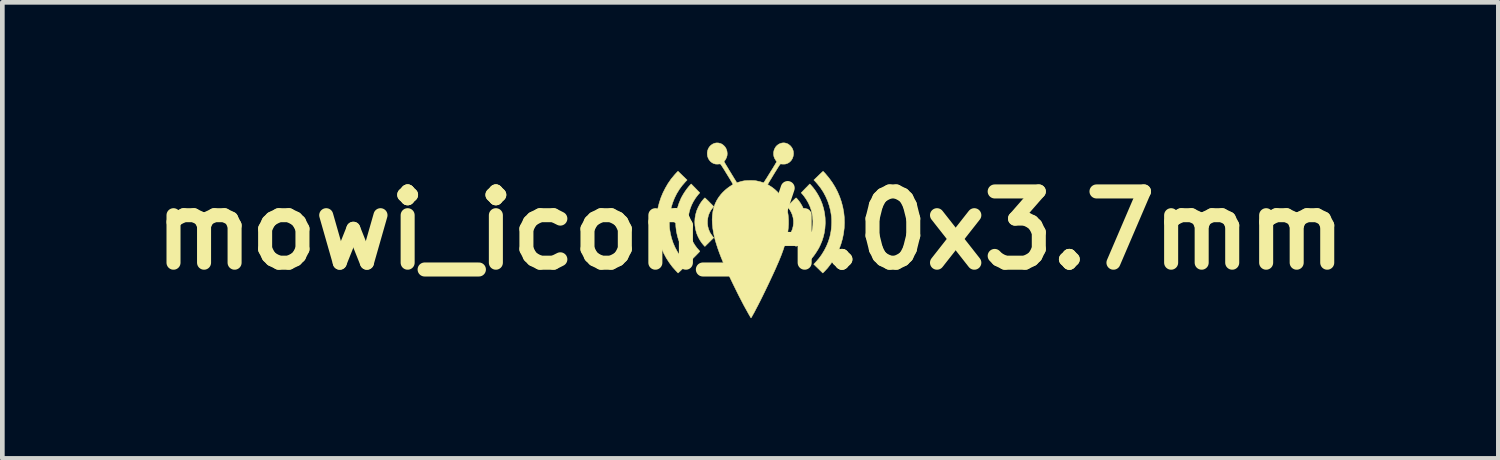
<source format=kicad_pcb>
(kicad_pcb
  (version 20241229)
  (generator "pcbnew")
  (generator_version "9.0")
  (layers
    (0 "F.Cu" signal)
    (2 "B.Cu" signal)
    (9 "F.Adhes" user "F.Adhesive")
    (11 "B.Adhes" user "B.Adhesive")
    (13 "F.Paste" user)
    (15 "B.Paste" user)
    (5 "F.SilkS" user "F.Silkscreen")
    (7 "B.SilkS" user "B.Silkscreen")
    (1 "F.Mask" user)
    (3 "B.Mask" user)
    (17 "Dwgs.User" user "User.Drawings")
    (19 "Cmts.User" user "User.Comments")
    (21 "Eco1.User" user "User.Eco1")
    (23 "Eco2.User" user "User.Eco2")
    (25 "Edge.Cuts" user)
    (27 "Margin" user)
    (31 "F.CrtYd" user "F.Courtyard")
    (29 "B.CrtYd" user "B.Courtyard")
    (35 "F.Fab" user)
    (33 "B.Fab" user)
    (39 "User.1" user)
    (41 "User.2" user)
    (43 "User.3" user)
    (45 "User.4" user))
  (footprint "mowi_icon_4.0x3.7mm"
    (layer "F.Cu")
    (at 12.998 1.879)
    (property "Reference" "mowi_icon_4.0x3.7mm" (at 0 0 0) (layer "F.SilkS") (effects (font (size 1.524 1.524) (thickness 0.3))))
    (attr through_hole)
    (fp_poly (pts (xy 0.983 -0.694) (xy 0.993 -0.684) (xy 1.006 -0.67) (xy 1.021 -0.652) (xy 1.037 -0.631) (xy 1.053 -0.61) (xy 1.067 -0.59) (xy 1.068 -0.589) (xy 1.11 -0.518) (xy 1.144 -0.444) (xy 1.169 -0.367) (xy 1.185 -0.289) (xy 1.193 -0.209) (xy 1.192 -0.128) (xy 1.181 -0.048) (xy 1.162 0.032) (xy 1.154 0.057) (xy 1.133 0.113) (xy 1.106 0.168) (xy 1.075 0.222) (xy 1.041 0.27) (xy 1.007 0.31) (xy 0.977 0.342) (xy 0.789 0.154) (xy 0.816 0.119) (xy 0.852 0.071) (xy 0.879 0.021) (xy 0.9 -0.032) (xy 0.914 -0.087) (xy 0.922 -0.148) (xy 0.922 -0.21) (xy 0.914 -0.271) (xy 0.898 -0.331) (xy 0.875 -0.387) (xy 0.845 -0.44) (xy 0.812 -0.483) (xy 0.801 -0.495) (xy 0.793 -0.505) (xy 0.79 -0.511) (xy 0.79 -0.511) (xy 0.793 -0.515) (xy 0.802 -0.525) (xy 0.815 -0.539) (xy 0.832 -0.557) (xy 0.852 -0.577) (xy 0.873 -0.598) (xy 0.894 -0.619) (xy 0.915 -0.64) (xy 0.935 -0.659) (xy 0.952 -0.675) (xy 0.965 -0.688) (xy 0.974 -0.695) (xy 0.977 -0.697) (xy 0.983 -0.694)) (stroke (width 0.01) (type solid)) (fill yes) (layer "F.SilkS"))
    (fp_poly (pts (xy -0.968 -0.694) (xy -0.958 -0.685) (xy -0.944 -0.672) (xy -0.926 -0.655) (xy -0.906 -0.636) (xy -0.885 -0.615) (xy -0.864 -0.593) (xy -0.843 -0.572) (xy -0.824 -0.553) (xy -0.807 -0.536) (xy -0.795 -0.523) (xy -0.787 -0.514) (xy -0.785 -0.511) (xy -0.788 -0.506) (xy -0.796 -0.496) (xy -0.806 -0.484) (xy -0.807 -0.483) (xy -0.844 -0.434) (xy -0.873 -0.382) (xy -0.896 -0.325) (xy -0.91 -0.266) (xy -0.917 -0.205) (xy -0.917 -0.144) (xy -0.909 -0.083) (xy -0.893 -0.024) (xy -0.869 0.033) (xy -0.856 0.058) (xy -0.845 0.075) (xy -0.83 0.095) (xy -0.816 0.115) (xy -0.812 0.12) (xy -0.784 0.154) (xy -0.973 0.342) (xy -1.003 0.31) (xy -1.04 0.265) (xy -1.075 0.213) (xy -1.107 0.158) (xy -1.134 0.099) (xy -1.15 0.057) (xy -1.172 -0.023) (xy -1.185 -0.104) (xy -1.189 -0.185) (xy -1.184 -0.265) (xy -1.17 -0.344) (xy -1.148 -0.421) (xy -1.116 -0.496) (xy -1.077 -0.568) (xy -1.063 -0.589) (xy -1.049 -0.61) (xy -1.033 -0.631) (xy -1.017 -0.651) (xy -1.002 -0.669) (xy -0.988 -0.684) (xy -0.978 -0.694) (xy -0.973 -0.697) (xy -0.972 -0.697) (xy -0.968 -0.694)) (stroke (width 0.01) (type solid)) (fill yes) (layer "F.SilkS"))
    (fp_poly (pts (xy -1.451 -1.173) (xy -1.353 -1.079) (xy -1.387 -1.044) (xy -1.457 -0.964) (xy -1.52 -0.879) (xy -1.575 -0.789) (xy -1.622 -0.695) (xy -1.661 -0.597) (xy -1.692 -0.497) (xy -1.715 -0.395) (xy -1.729 -0.291) (xy -1.734 -0.185) (xy -1.731 -0.079) (xy -1.727 -0.035) (xy -1.71 0.068) (xy -1.685 0.169) (xy -1.652 0.268) (xy -1.61 0.364) (xy -1.56 0.457) (xy -1.503 0.544) (xy -1.439 0.627) (xy -1.397 0.673) (xy -1.352 0.721) (xy -1.4 0.77) (xy -1.423 0.792) (xy -1.449 0.818) (xy -1.475 0.843) (xy -1.497 0.864) (xy -1.546 0.91) (xy -1.592 0.862) (xy -1.667 0.778) (xy -1.735 0.687) (xy -1.797 0.591) (xy -1.852 0.489) (xy -1.899 0.384) (xy -1.937 0.276) (xy -1.968 0.165) (xy -1.983 0.092) (xy -1.991 0.046) (xy -1.997 0.005) (xy -2.001 -0.034) (xy -2.004 -0.074) (xy -2.005 -0.117) (xy -2.006 -0.166) (xy -2.006 -0.18) (xy -2.005 -0.239) (xy -2.003 -0.292) (xy -1.999 -0.342) (xy -1.993 -0.39) (xy -1.984 -0.441) (xy -1.977 -0.48) (xy -1.949 -0.59) (xy -1.914 -0.698) (xy -1.87 -0.804) (xy -1.818 -0.907) (xy -1.76 -1.006) (xy -1.695 -1.1) (xy -1.623 -1.187) (xy -1.586 -1.228) (xy -1.548 -1.267) (xy -1.451 -1.173)) (stroke (width 0.01) (type solid)) (fill yes) (layer "F.SilkS"))
    (fp_poly (pts (xy 1.301 -0.963) (xy 1.34 -0.918) (xy 1.379 -0.867) (xy 1.417 -0.811) (xy 1.452 -0.753) (xy 1.483 -0.694) (xy 1.499 -0.661) (xy 1.537 -0.566) (xy 1.566 -0.469) (xy 1.587 -0.371) (xy 1.599 -0.27) (xy 1.602 -0.166) (xy 1.601 -0.139) (xy 1.595 -0.045) (xy 1.582 0.045) (xy 1.562 0.131) (xy 1.535 0.216) (xy 1.5 0.301) (xy 1.482 0.34) (xy 1.463 0.377) (xy 1.439 0.418) (xy 1.413 0.459) (xy 1.386 0.5) (xy 1.358 0.539) (xy 1.331 0.574) (xy 1.305 0.604) (xy 1.283 0.627) (xy 1.272 0.637) (xy 1.179 0.544) (xy 1.155 0.519) (xy 1.133 0.497) (xy 1.114 0.478) (xy 1.1 0.462) (xy 1.09 0.451) (xy 1.085 0.446) (xy 1.085 0.445) (xy 1.088 0.44) (xy 1.096 0.43) (xy 1.102 0.425) (xy 1.121 0.404) (xy 1.143 0.378) (xy 1.166 0.349) (xy 1.188 0.319) (xy 1.197 0.305) (xy 1.242 0.228) (xy 1.278 0.147) (xy 1.306 0.063) (xy 1.325 -0.023) (xy 1.336 -0.112) (xy 1.338 -0.202) (xy 1.331 -0.293) (xy 1.32 -0.36) (xy 1.301 -0.437) (xy 1.274 -0.515) (xy 1.239 -0.591) (xy 1.197 -0.663) (xy 1.15 -0.731) (xy 1.121 -0.767) (xy 1.087 -0.806) (xy 1.179 -0.901) (xy 1.271 -0.995) (xy 1.301 -0.963)) (stroke (width 0.01) (type solid)) (fill yes) (layer "F.SilkS"))
    (fp_poly (pts (xy -1.174 -0.901) (xy -1.082 -0.806) (xy -1.117 -0.767) (xy -1.171 -0.697) (xy -1.218 -0.622) (xy -1.258 -0.543) (xy -1.289 -0.461) (xy -1.312 -0.376) (xy -1.327 -0.289) (xy -1.333 -0.2) (xy -1.331 -0.111) (xy -1.32 -0.021) (xy -1.304 0.053) (xy -1.284 0.12) (xy -1.257 0.187) (xy -1.224 0.252) (xy -1.187 0.314) (xy -1.146 0.37) (xy -1.114 0.407) (xy -1.1 0.422) (xy -1.09 0.435) (xy -1.083 0.444) (xy -1.081 0.448) (xy -1.085 0.452) (xy -1.094 0.461) (xy -1.107 0.475) (xy -1.124 0.493) (xy -1.143 0.512) (xy -1.164 0.534) (xy -1.185 0.555) (xy -1.206 0.576) (xy -1.226 0.596) (xy -1.242 0.613) (xy -1.256 0.626) (xy -1.265 0.634) (xy -1.268 0.637) (xy -1.271 0.634) (xy -1.279 0.626) (xy -1.29 0.614) (xy -1.293 0.611) (xy -1.355 0.537) (xy -1.411 0.457) (xy -1.461 0.372) (xy -1.504 0.283) (xy -1.539 0.192) (xy -1.56 0.12) (xy -1.582 0.019) (xy -1.594 -0.083) (xy -1.598 -0.185) (xy -1.593 -0.287) (xy -1.579 -0.388) (xy -1.557 -0.488) (xy -1.526 -0.584) (xy -1.487 -0.678) (xy -1.475 -0.704) (xy -1.448 -0.752) (xy -1.418 -0.802) (xy -1.384 -0.852) (xy -1.35 -0.899) (xy -1.315 -0.942) (xy -1.296 -0.963) (xy -1.266 -0.995) (xy -1.174 -0.901)) (stroke (width 0.01) (type solid)) (fill yes) (layer "F.SilkS"))
    (fp_poly (pts (xy 1.559 -1.262) (xy 1.568 -1.253) (xy 1.581 -1.239) (xy 1.597 -1.223) (xy 1.601 -1.218) (xy 1.679 -1.125) (xy 1.749 -1.029) (xy 1.811 -0.929) (xy 1.865 -0.826) (xy 1.91 -0.72) (xy 1.947 -0.612) (xy 1.976 -0.502) (xy 1.997 -0.39) (xy 2.009 -0.278) (xy 2.012 -0.164) (xy 2.007 -0.05) (xy 1.993 0.063) (xy 1.97 0.176) (xy 1.938 0.288) (xy 1.898 0.398) (xy 1.89 0.416) (xy 1.853 0.497) (xy 1.809 0.578) (xy 1.759 0.657) (xy 1.706 0.732) (xy 1.651 0.803) (xy 1.593 0.866) (xy 1.578 0.881) (xy 1.549 0.91) (xy 1.452 0.816) (xy 1.355 0.722) (xy 1.4 0.675) (xy 1.467 0.598) (xy 1.527 0.515) (xy 1.581 0.427) (xy 1.628 0.335) (xy 1.667 0.24) (xy 1.698 0.143) (xy 1.713 0.077) (xy 1.724 0.016) (xy 1.732 -0.048) (xy 1.737 -0.115) (xy 1.739 -0.181) (xy 1.738 -0.244) (xy 1.734 -0.302) (xy 1.732 -0.316) (xy 1.715 -0.423) (xy 1.688 -0.528) (xy 1.654 -0.629) (xy 1.611 -0.727) (xy 1.561 -0.821) (xy 1.503 -0.909) (xy 1.437 -0.993) (xy 1.392 -1.044) (xy 1.358 -1.079) (xy 1.455 -1.172) (xy 1.479 -1.196) (xy 1.502 -1.217) (xy 1.522 -1.236) (xy 1.537 -1.25) (xy 1.549 -1.26) (xy 1.554 -1.265) (xy 1.555 -1.265) (xy 1.559 -1.262)) (stroke (width 0.01) (type solid)) (fill yes) (layer "F.SilkS"))
    (fp_poly (pts (xy 0.742 -1.871) (xy 0.78 -1.861) (xy 0.813 -1.845) (xy 0.843 -1.821) (xy 0.855 -1.811) (xy 0.885 -1.775) (xy 0.906 -1.736) (xy 0.919 -1.693) (xy 0.923 -1.647) (xy 0.922 -1.63) (xy 0.915 -1.586) (xy 0.901 -1.544) (xy 0.88 -1.507) (xy 0.852 -1.475) (xy 0.82 -1.449) (xy 0.783 -1.431) (xy 0.771 -1.427) (xy 0.748 -1.421) (xy 0.722 -1.419) (xy 0.692 -1.419) (xy 0.656 -1.422) (xy 0.647 -1.423) (xy 0.645 -1.423) (xy 0.641 -1.421) (xy 0.637 -1.416) (xy 0.631 -1.409) (xy 0.623 -1.398) (xy 0.613 -1.383) (xy 0.6 -1.363) (xy 0.584 -1.338) (xy 0.565 -1.307) (xy 0.542 -1.27) (xy 0.514 -1.225) (xy 0.503 -1.207) (xy 0.478 -1.166) (xy 0.455 -1.127) (xy 0.433 -1.092) (xy 0.414 -1.061) (xy 0.398 -1.034) (xy 0.385 -1.012) (xy 0.376 -0.996) (xy 0.37 -0.987) (xy 0.37 -0.985) (xy 0.373 -0.981) (xy 0.383 -0.974) (xy 0.398 -0.965) (xy 0.403 -0.962) (xy 0.463 -0.924) (xy 0.52 -0.88) (xy 0.575 -0.829) (xy 0.629 -0.77) (xy 0.676 -0.707) (xy 0.716 -0.642) (xy 0.749 -0.572) (xy 0.775 -0.497) (xy 0.794 -0.417) (xy 0.808 -0.331) (xy 0.815 -0.239) (xy 0.816 -0.219) (xy 0.816 -0.137) (xy 0.811 -0.054) (xy 0.801 0.032) (xy 0.785 0.121) (xy 0.764 0.214) (xy 0.736 0.31) (xy 0.703 0.412) (xy 0.664 0.519) (xy 0.622 0.623) (xy 0.599 0.678) (xy 0.572 0.739) (xy 0.543 0.806) (xy 0.51 0.879) (xy 0.475 0.955) (xy 0.438 1.034) (xy 0.4 1.115) (xy 0.361 1.197) (xy 0.322 1.278) (xy 0.283 1.358) (xy 0.245 1.436) (xy 0.226 1.474) (xy 0.204 1.518) (xy 0.181 1.562) (xy 0.159 1.606) (xy 0.136 1.649) (xy 0.114 1.691) (xy 0.094 1.73) (xy 0.075 1.765) (xy 0.057 1.797) (xy 0.042 1.824) (xy 0.03 1.846) (xy 0.021 1.861) (xy 0.015 1.869) (xy 0.014 1.87) (xy 0.011 1.866) (xy 0.004 1.857) (xy -0.004 1.843) (xy -0.006 1.839) (xy -0.044 1.774) (xy -0.078 1.712) (xy -0.111 1.653) (xy -0.143 1.595) (xy -0.174 1.535) (xy -0.206 1.473) (xy -0.24 1.408) (xy -0.276 1.336) (xy -0.304 1.279) (xy -0.37 1.145) (xy -0.431 1.018) (xy -0.487 0.897) (xy -0.538 0.783) (xy -0.584 0.676) (xy -0.626 0.574) (xy -0.663 0.478) (xy -0.695 0.388) (xy -0.723 0.302) (xy -0.748 0.221) (xy -0.768 0.144) (xy -0.784 0.071) (xy -0.785 0.067) (xy -0.803 -0.039) (xy -0.813 -0.14) (xy -0.817 -0.236) (xy -0.812 -0.327) (xy -0.8 -0.413) (xy -0.78 -0.495) (xy -0.753 -0.572) (xy -0.718 -0.644) (xy -0.675 -0.713) (xy -0.625 -0.777) (xy -0.587 -0.818) (xy -0.542 -0.861) (xy -0.498 -0.898) (xy -0.455 -0.93) (xy -0.411 -0.959) (xy -0.395 -0.969) (xy -0.381 -0.978) (xy -0.373 -0.984) (xy -0.371 -0.986) (xy -0.373 -0.991) (xy -0.38 -1.003) (xy -0.39 -1.021) (xy -0.404 -1.045) (xy -0.421 -1.074) (xy -0.441 -1.107) (xy -0.463 -1.143) (xy -0.487 -1.182) (xy -0.503 -1.208) (xy -0.532 -1.255) (xy -0.556 -1.295) (xy -0.577 -1.328) (xy -0.594 -1.355) (xy -0.608 -1.376) (xy -0.619 -1.393) (xy -0.627 -1.405) (xy -0.634 -1.414) (xy -0.639 -1.419) (xy -0.643 -1.422) (xy -0.646 -1.423) (xy -0.647 -1.423) (xy -0.657 -1.423) (xy -0.673 -1.421) (xy -0.692 -1.42) (xy -0.698 -1.419) (xy -0.741 -1.42) (xy -0.781 -1.43) (xy -0.817 -1.448) (xy -0.851 -1.474) (xy -0.857 -1.48) (xy -0.884 -1.514) (xy -0.904 -1.552) (xy -0.917 -1.592) (xy -0.922 -1.634) (xy -0.921 -1.675) (xy -0.912 -1.716) (xy -0.897 -1.754) (xy -0.875 -1.789) (xy -0.846 -1.82) (xy -0.811 -1.845) (xy -0.8 -1.851) (xy -0.76 -1.867) (xy -0.72 -1.873) (xy -0.681 -1.871) (xy -0.643 -1.862) (xy -0.607 -1.846) (xy -0.575 -1.822) (xy -0.546 -1.793) (xy -0.523 -1.758) (xy -0.506 -1.717) (xy -0.501 -1.699) (xy -0.495 -1.652) (xy -0.497 -1.607) (xy -0.509 -1.563) (xy -0.53 -1.52) (xy -0.545 -1.498) (xy -0.555 -1.485) (xy -0.561 -1.475) (xy -0.563 -1.471) (xy -0.561 -1.467) (xy -0.554 -1.456) (xy -0.544 -1.438) (xy -0.53 -1.416) (xy -0.514 -1.388) (xy -0.495 -1.358) (xy -0.475 -1.324) (xy -0.454 -1.289) (xy -0.432 -1.253) (xy -0.41 -1.217) (xy -0.388 -1.181) (xy -0.367 -1.147) (xy -0.348 -1.115) (xy -0.33 -1.087) (xy -0.315 -1.063) (xy -0.304 -1.044) (xy -0.295 -1.031) (xy -0.291 -1.024) (xy -0.291 -1.024) (xy -0.286 -1.024) (xy -0.273 -1.026) (xy -0.257 -1.031) (xy -0.246 -1.034) (xy -0.206 -1.046) (xy -0.17 -1.055) (xy -0.134 -1.062) (xy -0.096 -1.066) (xy -0.054 -1.068) (xy -0.005 -1.069) (xy -0.002 -1.069) (xy 0.032 -1.069) (xy 0.059 -1.068) (xy 0.081 -1.067) (xy 0.099 -1.066) (xy 0.117 -1.063) (xy 0.135 -1.06) (xy 0.152 -1.056) (xy 0.178 -1.05) (xy 0.205 -1.044) (xy 0.229 -1.037) (xy 0.244 -1.032) (xy 0.261 -1.027) (xy 0.275 -1.023) (xy 0.284 -1.021) (xy 0.284 -1.021) (xy 0.287 -1.024) (xy 0.295 -1.035) (xy 0.306 -1.052) (xy 0.32 -1.075) (xy 0.337 -1.101) (xy 0.357 -1.132) (xy 0.377 -1.165) (xy 0.399 -1.2) (xy 0.422 -1.237) (xy 0.444 -1.273) (xy 0.467 -1.309) (xy 0.488 -1.343) (xy 0.507 -1.375) (xy 0.525 -1.404) (xy 0.539 -1.429) (xy 0.551 -1.448) (xy 0.559 -1.463) (xy 0.563 -1.47) (xy 0.563 -1.471) (xy 0.561 -1.476) (xy 0.554 -1.486) (xy 0.544 -1.5) (xy 0.543 -1.501) (xy 0.519 -1.541) (xy 0.503 -1.583) (xy 0.496 -1.628) (xy 0.497 -1.673) (xy 0.507 -1.718) (xy 0.52 -1.749) (xy 0.541 -1.786) (xy 0.569 -1.817) (xy 0.602 -1.842) (xy 0.638 -1.86) (xy 0.677 -1.871) (xy 0.716 -1.874) (xy 0.742 -1.871)) (stroke (width 0.01) (type solid)) (fill yes) (layer "F.SilkS")))
  (gr_rect
    (start -3 -3)
    (end 28.995 6.754)
    (stroke (width 0.1) (type default))
    (fill no)
    (layer "Edge.Cuts")))
</source>
